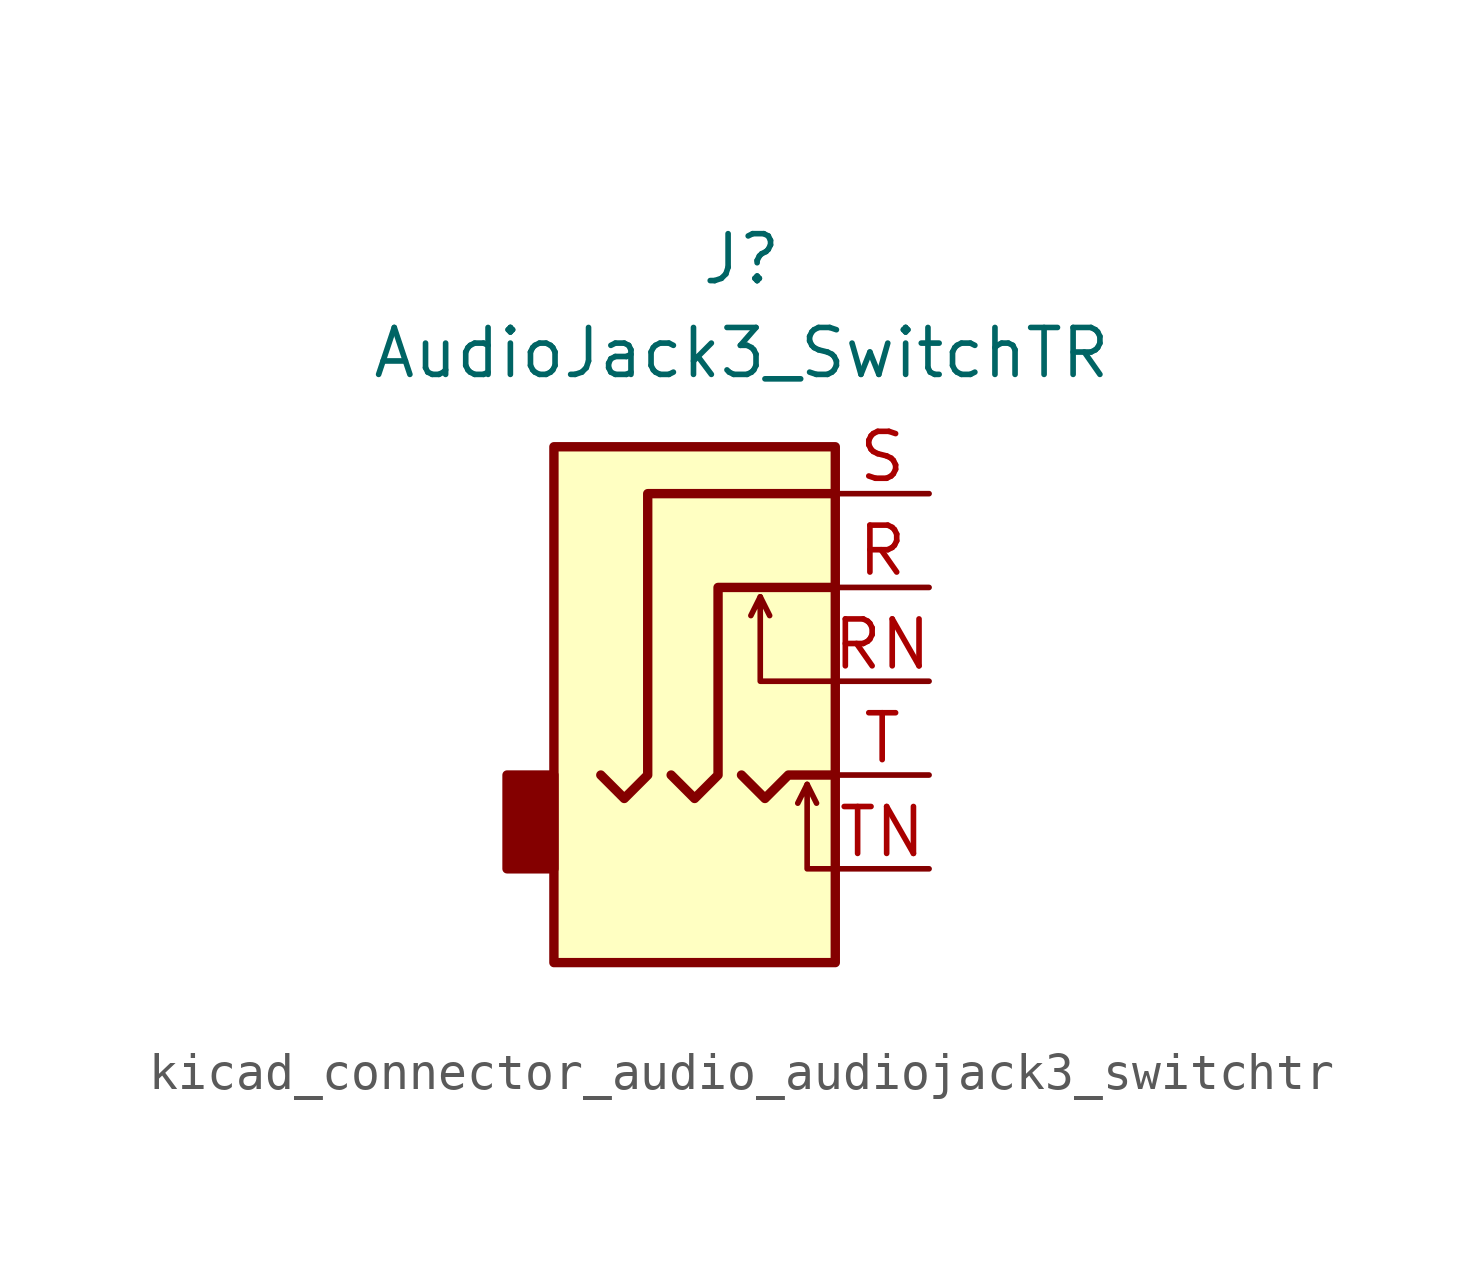
<source format=kicad_sym>
(kicad_symbol_lib
  (version 20220914)
  (generator kicad_symbol_editor)
  (symbol "kicad_connector_audio_audiojack3_switchtr"
    (property "Reference" "J"
      (at 0 8.89 0)
      (effects (font (size 1.27 1.27))))
    (property "Value" "AudioJack3_SwitchTR"
      (at 0 6.35 0)
      (effects (font (size 1.27 1.27))))
    (symbol "kicad_connector_audio_audiojack3_switchtr_0_1"
      (rectangle (start -5.08 -5.08) (end -6.35 -7.62) (stroke (width 0.254) (type default)) (fill (type outline)))
      (polyline (pts (xy 0.508 -0.254) (xy 0.762 -0.762)) (stroke (width 0) (type default)) (fill (type none)))
      (polyline (pts (xy 1.778 -5.334) (xy 2.032 -5.842)) (stroke (width 0) (type default)) (fill (type none)))
      (polyline (pts (xy 0 -5.08) (xy 0.635 -5.715) (xy 1.27 -5.08) (xy 2.54 -5.08)) (stroke (width 0.254) (type default)) (fill (type none)))
      (polyline (pts (xy 2.54 -7.62) (xy 1.778 -7.62) (xy 1.778 -5.334) (xy 1.524 -5.842)) (stroke (width 0) (type default)) (fill (type none)))
      (polyline (pts (xy 2.54 -2.54) (xy 0.508 -2.54) (xy 0.508 -0.254) (xy 0.254 -0.762)) (stroke (width 0) (type default)) (fill (type none)))
      (polyline (pts (xy -1.905 -5.08) (xy -1.27 -5.715) (xy -0.635 -5.08) (xy -0.635 0) (xy 2.54 0)) (stroke (width 0.254) (type default)) (fill (type none)))
      (polyline (pts (xy 2.54 2.54) (xy -2.54 2.54) (xy -2.54 -5.08) (xy -3.175 -5.715) (xy -3.81 -5.08)) (stroke (width 0.254) (type default)) (fill (type none)))
      (rectangle (start 2.54 3.81) (end -5.08 -10.16) (stroke (width 0.254) (type default)) (fill (type background))))
    (symbol "kicad_connector_audio_audiojack3_switchtr_1_1"
      (pin passive line (at 5.08 0 180) (length 2.54) (name "~" (effects (font (size 1.27 1.27)))) (number "R" (effects (font (size 1.27 1.27)))))
      (pin passive line (at 5.08 -2.54 180) (length 2.54) (name "~" (effects (font (size 1.27 1.27)))) (number "RN" (effects (font (size 1.27 1.27)))))
      (pin passive line (at 5.08 2.54 180) (length 2.54) (name "~" (effects (font (size 1.27 1.27)))) (number "S" (effects (font (size 1.27 1.27)))))
      (pin passive line (at 5.08 -5.08 180) (length 2.54) (name "~" (effects (font (size 1.27 1.27)))) (number "T" (effects (font (size 1.27 1.27)))))
      (pin passive line (at 5.08 -7.62 180) (length 2.54) (name "~" (effects (font (size 1.27 1.27)))) (number "TN" (effects (font (size 1.27 1.27))))))))
</source>
